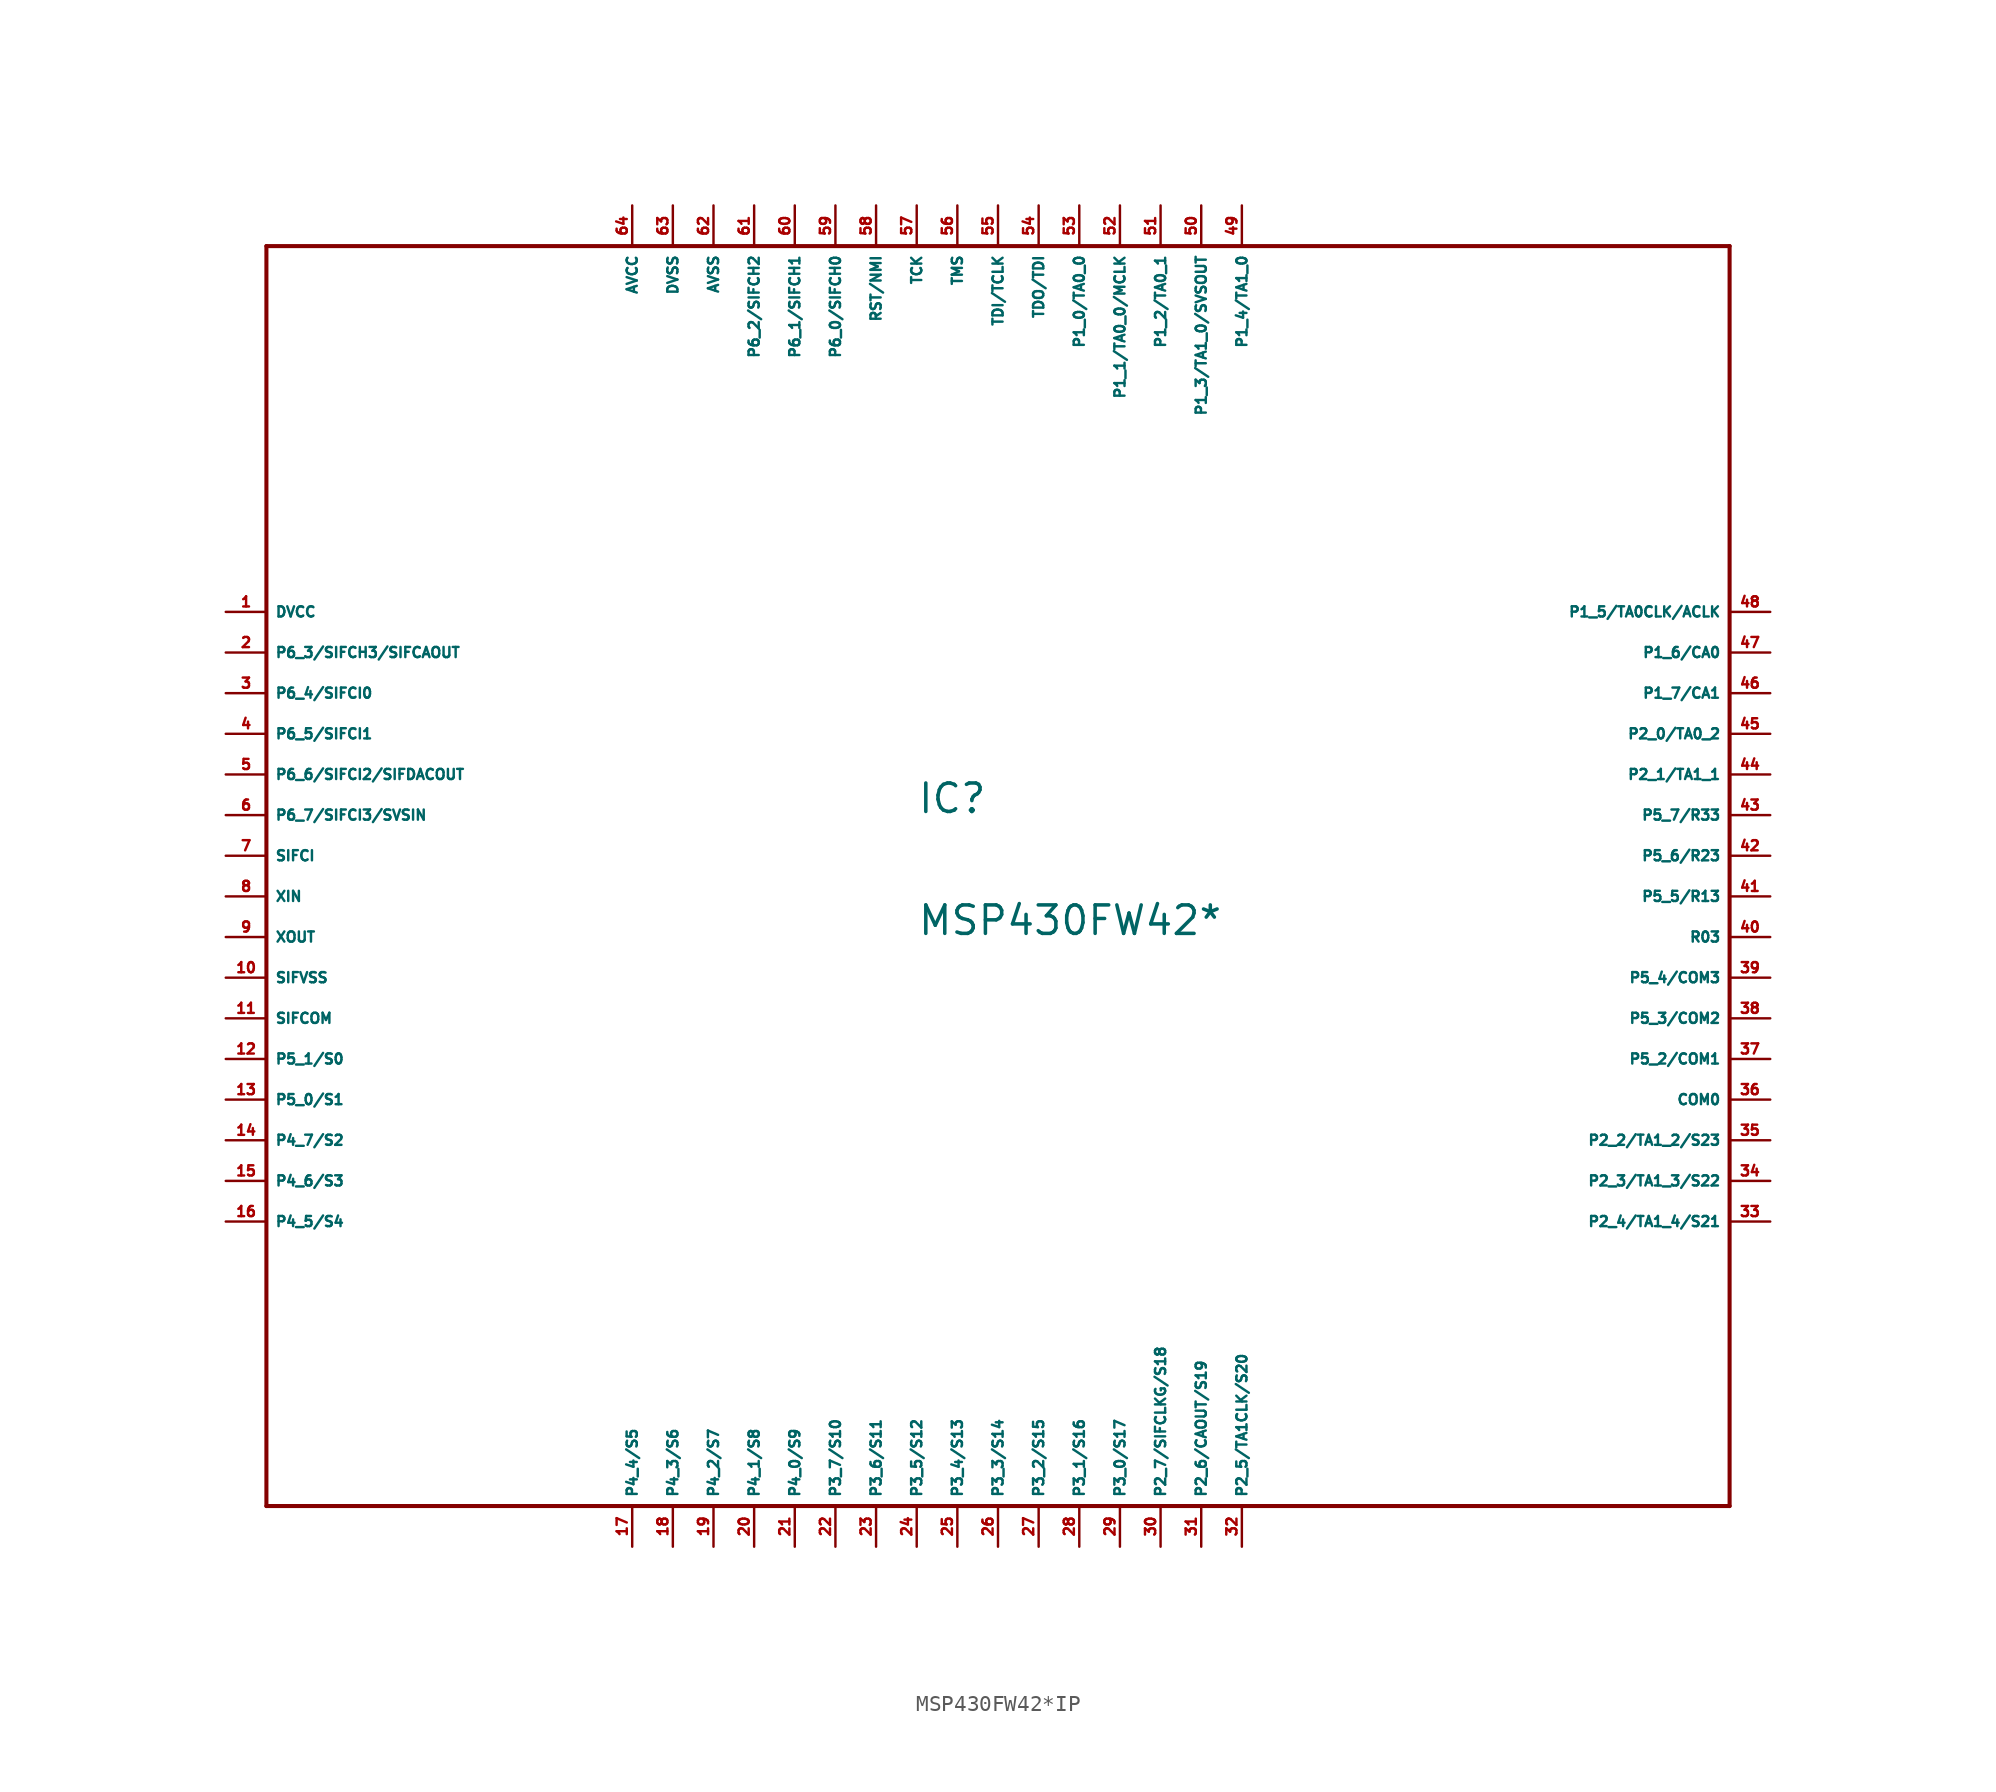
<source format=kicad_sym>
(kicad_symbol_lib
  (version 20220914)
  (generator Eagle2Kicad)
  (symbol "MSP430FW42*IP"
    (property "Reference" "IC"
      (at -5.08 2.54 0)
      (effects (font (size 1.778 1.778) (thickness 0.22)) (justify left bottom)))
    (property "Value" "MSP430FW42*"
      (at -5.08 -5.08 0)
      (effects (font (size 1.778 1.778) (thickness 0.22)) (justify left bottom)))
    (polyline
      (pts (xy -45.72 -40.64) (xy 45.72 -40.64))
      (stroke (width 0.254) (type default))
      (fill (type none)))
    (polyline
      (pts (xy 45.72 -40.64) (xy 45.72 38.1))
      (stroke (width 0.254) (type default))
      (fill (type none)))
    (polyline
      (pts (xy 45.72 38.1) (xy -45.72 38.1))
      (stroke (width 0.254) (type default))
      (fill (type none)))
    (polyline
      (pts (xy -45.72 38.1) (xy -45.72 -40.64))
      (stroke (width 0.254) (type default))
      (fill (type none)))
    (pin unspecified line
      (at -48.26 15.24 0)
      (length 2.54)
      (name "DVCC" (effects (font (size 0.635 0.635) (thickness 0.08)) (justify left bottom)))
      (number "1" (effects (font (size 0.635 0.635) (thickness 0.08)) (justify left bottom))))
    (pin bidirectional line
      (at -48.26 12.7 0)
      (length 2.54)
      (name "P6_3/SIFCH3/SIFCAOUT" (effects (font (size 0.635 0.635) (thickness 0.08)) (justify left bottom)))
      (number "2" (effects (font (size 0.635 0.635) (thickness 0.08)) (justify left bottom))))
    (pin bidirectional line
      (at -48.26 10.16 0)
      (length 2.54)
      (name "P6_4/SIFCI0" (effects (font (size 0.635 0.635) (thickness 0.08)) (justify left bottom)))
      (number "3" (effects (font (size 0.635 0.635) (thickness 0.08)) (justify left bottom))))
    (pin bidirectional line
      (at -48.26 7.62 0)
      (length 2.54)
      (name "P6_5/SIFCI1" (effects (font (size 0.635 0.635) (thickness 0.08)) (justify left bottom)))
      (number "4" (effects (font (size 0.635 0.635) (thickness 0.08)) (justify left bottom))))
    (pin bidirectional line
      (at -48.26 5.08 0)
      (length 2.54)
      (name "P6_6/SIFCI2/SIFDACOUT" (effects (font (size 0.635 0.635) (thickness 0.08)) (justify left bottom)))
      (number "5" (effects (font (size 0.635 0.635) (thickness 0.08)) (justify left bottom))))
    (pin bidirectional line
      (at -48.26 2.54 0)
      (length 2.54)
      (name "P6_7/SIFCI3/SVSIN" (effects (font (size 0.635 0.635) (thickness 0.08)) (justify left bottom)))
      (number "6" (effects (font (size 0.635 0.635) (thickness 0.08)) (justify left bottom))))
    (pin input line
      (at -48.26 0 0)
      (length 2.54)
      (name "SIFCI" (effects (font (size 0.635 0.635) (thickness 0.08)) (justify left bottom)))
      (number "7" (effects (font (size 0.635 0.635) (thickness 0.08)) (justify left bottom))))
    (pin input line
      (at -48.26 -2.54 0)
      (length 2.54)
      (name "XIN" (effects (font (size 0.635 0.635) (thickness 0.08)) (justify left bottom)))
      (number "8" (effects (font (size 0.635 0.635) (thickness 0.08)) (justify left bottom))))
    (pin output line
      (at -48.26 -5.08 0)
      (length 2.54)
      (name "XOUT" (effects (font (size 0.635 0.635) (thickness 0.08)) (justify left bottom)))
      (number "9" (effects (font (size 0.635 0.635) (thickness 0.08)) (justify left bottom))))
    (pin passive line
      (at -48.26 -7.62 0)
      (length 2.54)
      (name "SIFVSS" (effects (font (size 0.635 0.635) (thickness 0.08)) (justify left bottom)))
      (number "10" (effects (font (size 0.635 0.635) (thickness 0.08)) (justify left bottom))))
    (pin output line
      (at -48.26 -10.16 0)
      (length 2.54)
      (name "SIFCOM" (effects (font (size 0.635 0.635) (thickness 0.08)) (justify left bottom)))
      (number "11" (effects (font (size 0.635 0.635) (thickness 0.08)) (justify left bottom))))
    (pin bidirectional line
      (at -48.26 -12.7 0)
      (length 2.54)
      (name "P5_1/S0" (effects (font (size 0.635 0.635) (thickness 0.08)) (justify left bottom)))
      (number "12" (effects (font (size 0.635 0.635) (thickness 0.08)) (justify left bottom))))
    (pin bidirectional line
      (at -48.26 -15.24 0)
      (length 2.54)
      (name "P5_0/S1" (effects (font (size 0.635 0.635) (thickness 0.08)) (justify left bottom)))
      (number "13" (effects (font (size 0.635 0.635) (thickness 0.08)) (justify left bottom))))
    (pin bidirectional line
      (at -48.26 -17.78 0)
      (length 2.54)
      (name "P4_7/S2" (effects (font (size 0.635 0.635) (thickness 0.08)) (justify left bottom)))
      (number "14" (effects (font (size 0.635 0.635) (thickness 0.08)) (justify left bottom))))
    (pin bidirectional line
      (at -48.26 -20.32 0)
      (length 2.54)
      (name "P4_6/S3" (effects (font (size 0.635 0.635) (thickness 0.08)) (justify left bottom)))
      (number "15" (effects (font (size 0.635 0.635) (thickness 0.08)) (justify left bottom))))
    (pin bidirectional line
      (at -48.26 -22.86 0)
      (length 2.54)
      (name "P4_5/S4" (effects (font (size 0.635 0.635) (thickness 0.08)) (justify left bottom)))
      (number "16" (effects (font (size 0.635 0.635) (thickness 0.08)) (justify left bottom))))
    (pin bidirectional line
      (at -22.86 -43.18 90)
      (length 2.54)
      (name "P4_4/S5" (effects (font (size 0.635 0.635) (thickness 0.08)) (justify left bottom)))
      (number "17" (effects (font (size 0.635 0.635) (thickness 0.08)) (justify left bottom))))
    (pin bidirectional line
      (at -20.32 -43.18 90)
      (length 2.54)
      (name "P4_3/S6" (effects (font (size 0.635 0.635) (thickness 0.08)) (justify left bottom)))
      (number "18" (effects (font (size 0.635 0.635) (thickness 0.08)) (justify left bottom))))
    (pin bidirectional line
      (at -17.78 -43.18 90)
      (length 2.54)
      (name "P4_2/S7" (effects (font (size 0.635 0.635) (thickness 0.08)) (justify left bottom)))
      (number "19" (effects (font (size 0.635 0.635) (thickness 0.08)) (justify left bottom))))
    (pin bidirectional line
      (at -15.24 -43.18 90)
      (length 2.54)
      (name "P4_1/S8" (effects (font (size 0.635 0.635) (thickness 0.08)) (justify left bottom)))
      (number "20" (effects (font (size 0.635 0.635) (thickness 0.08)) (justify left bottom))))
    (pin bidirectional line
      (at -12.7 -43.18 90)
      (length 2.54)
      (name "P4_0/S9" (effects (font (size 0.635 0.635) (thickness 0.08)) (justify left bottom)))
      (number "21" (effects (font (size 0.635 0.635) (thickness 0.08)) (justify left bottom))))
    (pin bidirectional line
      (at -10.16 -43.18 90)
      (length 2.54)
      (name "P3_7/S10" (effects (font (size 0.635 0.635) (thickness 0.08)) (justify left bottom)))
      (number "22" (effects (font (size 0.635 0.635) (thickness 0.08)) (justify left bottom))))
    (pin bidirectional line
      (at -7.62 -43.18 90)
      (length 2.54)
      (name "P3_6/S11" (effects (font (size 0.635 0.635) (thickness 0.08)) (justify left bottom)))
      (number "23" (effects (font (size 0.635 0.635) (thickness 0.08)) (justify left bottom))))
    (pin bidirectional line
      (at -5.08 -43.18 90)
      (length 2.54)
      (name "P3_5/S12" (effects (font (size 0.635 0.635) (thickness 0.08)) (justify left bottom)))
      (number "24" (effects (font (size 0.635 0.635) (thickness 0.08)) (justify left bottom))))
    (pin bidirectional line
      (at -2.54 -43.18 90)
      (length 2.54)
      (name "P3_4/S13" (effects (font (size 0.635 0.635) (thickness 0.08)) (justify left bottom)))
      (number "25" (effects (font (size 0.635 0.635) (thickness 0.08)) (justify left bottom))))
    (pin bidirectional line
      (at 0 -43.18 90)
      (length 2.54)
      (name "P3_3/S14" (effects (font (size 0.635 0.635) (thickness 0.08)) (justify left bottom)))
      (number "26" (effects (font (size 0.635 0.635) (thickness 0.08)) (justify left bottom))))
    (pin bidirectional line
      (at 2.54 -43.18 90)
      (length 2.54)
      (name "P3_2/S15" (effects (font (size 0.635 0.635) (thickness 0.08)) (justify left bottom)))
      (number "27" (effects (font (size 0.635 0.635) (thickness 0.08)) (justify left bottom))))
    (pin bidirectional line
      (at 5.08 -43.18 90)
      (length 2.54)
      (name "P3_1/S16" (effects (font (size 0.635 0.635) (thickness 0.08)) (justify left bottom)))
      (number "28" (effects (font (size 0.635 0.635) (thickness 0.08)) (justify left bottom))))
    (pin bidirectional line
      (at 7.62 -43.18 90)
      (length 2.54)
      (name "P3_0/S17" (effects (font (size 0.635 0.635) (thickness 0.08)) (justify left bottom)))
      (number "29" (effects (font (size 0.635 0.635) (thickness 0.08)) (justify left bottom))))
    (pin bidirectional line
      (at 10.16 -43.18 90)
      (length 2.54)
      (name "P2_7/SIFCLKG/S18" (effects (font (size 0.635 0.635) (thickness 0.08)) (justify left bottom)))
      (number "30" (effects (font (size 0.635 0.635) (thickness 0.08)) (justify left bottom))))
    (pin bidirectional line
      (at 12.7 -43.18 90)
      (length 2.54)
      (name "P2_6/CAOUT/S19" (effects (font (size 0.635 0.635) (thickness 0.08)) (justify left bottom)))
      (number "31" (effects (font (size 0.635 0.635) (thickness 0.08)) (justify left bottom))))
    (pin bidirectional line
      (at 15.24 -43.18 90)
      (length 2.54)
      (name "P2_5/TA1CLK/S20" (effects (font (size 0.635 0.635) (thickness 0.08)) (justify left bottom)))
      (number "32" (effects (font (size 0.635 0.635) (thickness 0.08)) (justify left bottom))))
    (pin bidirectional line
      (at 48.26 -22.86 180)
      (length 2.54)
      (name "P2_4/TA1_4/S21" (effects (font (size 0.635 0.635) (thickness 0.08)) (justify left bottom)))
      (number "33" (effects (font (size 0.635 0.635) (thickness 0.08)) (justify left bottom))))
    (pin bidirectional line
      (at 48.26 -20.32 180)
      (length 2.54)
      (name "P2_3/TA1_3/S22" (effects (font (size 0.635 0.635) (thickness 0.08)) (justify left bottom)))
      (number "34" (effects (font (size 0.635 0.635) (thickness 0.08)) (justify left bottom))))
    (pin bidirectional line
      (at 48.26 -17.78 180)
      (length 2.54)
      (name "P2_2/TA1_2/S23" (effects (font (size 0.635 0.635) (thickness 0.08)) (justify left bottom)))
      (number "35" (effects (font (size 0.635 0.635) (thickness 0.08)) (justify left bottom))))
    (pin output line
      (at 48.26 -15.24 180)
      (length 2.54)
      (name "COM0" (effects (font (size 0.635 0.635) (thickness 0.08)) (justify left bottom)))
      (number "36" (effects (font (size 0.635 0.635) (thickness 0.08)) (justify left bottom))))
    (pin bidirectional line
      (at 48.26 -12.7 180)
      (length 2.54)
      (name "P5_2/COM1" (effects (font (size 0.635 0.635) (thickness 0.08)) (justify left bottom)))
      (number "37" (effects (font (size 0.635 0.635) (thickness 0.08)) (justify left bottom))))
    (pin bidirectional line
      (at 48.26 -10.16 180)
      (length 2.54)
      (name "P5_3/COM2" (effects (font (size 0.635 0.635) (thickness 0.08)) (justify left bottom)))
      (number "38" (effects (font (size 0.635 0.635) (thickness 0.08)) (justify left bottom))))
    (pin bidirectional line
      (at 48.26 -7.62 180)
      (length 2.54)
      (name "P5_4/COM3" (effects (font (size 0.635 0.635) (thickness 0.08)) (justify left bottom)))
      (number "39" (effects (font (size 0.635 0.635) (thickness 0.08)) (justify left bottom))))
    (pin input line
      (at 48.26 -5.08 180)
      (length 2.54)
      (name "R03" (effects (font (size 0.635 0.635) (thickness 0.08)) (justify left bottom)))
      (number "40" (effects (font (size 0.635 0.635) (thickness 0.08)) (justify left bottom))))
    (pin bidirectional line
      (at 48.26 -2.54 180)
      (length 2.54)
      (name "P5_5/R13" (effects (font (size 0.635 0.635) (thickness 0.08)) (justify left bottom)))
      (number "41" (effects (font (size 0.635 0.635) (thickness 0.08)) (justify left bottom))))
    (pin bidirectional line
      (at 48.26 0 180)
      (length 2.54)
      (name "P5_6/R23" (effects (font (size 0.635 0.635) (thickness 0.08)) (justify left bottom)))
      (number "42" (effects (font (size 0.635 0.635) (thickness 0.08)) (justify left bottom))))
    (pin bidirectional line
      (at 48.26 2.54 180)
      (length 2.54)
      (name "P5_7/R33" (effects (font (size 0.635 0.635) (thickness 0.08)) (justify left bottom)))
      (number "43" (effects (font (size 0.635 0.635) (thickness 0.08)) (justify left bottom))))
    (pin bidirectional line
      (at 48.26 5.08 180)
      (length 2.54)
      (name "P2_1/TA1_1" (effects (font (size 0.635 0.635) (thickness 0.08)) (justify left bottom)))
      (number "44" (effects (font (size 0.635 0.635) (thickness 0.08)) (justify left bottom))))
    (pin bidirectional line
      (at 48.26 7.62 180)
      (length 2.54)
      (name "P2_0/TA0_2" (effects (font (size 0.635 0.635) (thickness 0.08)) (justify left bottom)))
      (number "45" (effects (font (size 0.635 0.635) (thickness 0.08)) (justify left bottom))))
    (pin bidirectional line
      (at 48.26 10.16 180)
      (length 2.54)
      (name "P1_7/CA1" (effects (font (size 0.635 0.635) (thickness 0.08)) (justify left bottom)))
      (number "46" (effects (font (size 0.635 0.635) (thickness 0.08)) (justify left bottom))))
    (pin bidirectional line
      (at 48.26 12.7 180)
      (length 2.54)
      (name "P1_6/CA0" (effects (font (size 0.635 0.635) (thickness 0.08)) (justify left bottom)))
      (number "47" (effects (font (size 0.635 0.635) (thickness 0.08)) (justify left bottom))))
    (pin bidirectional line
      (at 48.26 15.24 180)
      (length 2.54)
      (name "P1_5/TA0CLK/ACLK" (effects (font (size 0.635 0.635) (thickness 0.08)) (justify left bottom)))
      (number "48" (effects (font (size 0.635 0.635) (thickness 0.08)) (justify left bottom))))
    (pin bidirectional line
      (at 15.24 40.64 270)
      (length 2.54)
      (name "P1_4/TA1_0" (effects (font (size 0.635 0.635) (thickness 0.08)) (justify left bottom)))
      (number "49" (effects (font (size 0.635 0.635) (thickness 0.08)) (justify left bottom))))
    (pin bidirectional line
      (at 12.7 40.64 270)
      (length 2.54)
      (name "P1_3/TA1_0/SVSOUT" (effects (font (size 0.635 0.635) (thickness 0.08)) (justify left bottom)))
      (number "50" (effects (font (size 0.635 0.635) (thickness 0.08)) (justify left bottom))))
    (pin bidirectional line
      (at 10.16 40.64 270)
      (length 2.54)
      (name "P1_2/TA0_1" (effects (font (size 0.635 0.635) (thickness 0.08)) (justify left bottom)))
      (number "51" (effects (font (size 0.635 0.635) (thickness 0.08)) (justify left bottom))))
    (pin bidirectional line
      (at 7.62 40.64 270)
      (length 2.54)
      (name "P1_1/TA0_0/MCLK" (effects (font (size 0.635 0.635) (thickness 0.08)) (justify left bottom)))
      (number "52" (effects (font (size 0.635 0.635) (thickness 0.08)) (justify left bottom))))
    (pin bidirectional line
      (at 5.08 40.64 270)
      (length 2.54)
      (name "P1_0/TA0_0" (effects (font (size 0.635 0.635) (thickness 0.08)) (justify left bottom)))
      (number "53" (effects (font (size 0.635 0.635) (thickness 0.08)) (justify left bottom))))
    (pin bidirectional line
      (at 2.54 40.64 270)
      (length 2.54)
      (name "TDO/TDI" (effects (font (size 0.635 0.635) (thickness 0.08)) (justify left bottom)))
      (number "54" (effects (font (size 0.635 0.635) (thickness 0.08)) (justify left bottom))))
    (pin input line
      (at 0 40.64 270)
      (length 2.54)
      (name "TDI/TCLK" (effects (font (size 0.635 0.635) (thickness 0.08)) (justify left bottom)))
      (number "55" (effects (font (size 0.635 0.635) (thickness 0.08)) (justify left bottom))))
    (pin input line
      (at -2.54 40.64 270)
      (length 2.54)
      (name "TMS" (effects (font (size 0.635 0.635) (thickness 0.08)) (justify left bottom)))
      (number "56" (effects (font (size 0.635 0.635) (thickness 0.08)) (justify left bottom))))
    (pin input line
      (at -5.08 40.64 270)
      (length 2.54)
      (name "TCK" (effects (font (size 0.635 0.635) (thickness 0.08)) (justify left bottom)))
      (number "57" (effects (font (size 0.635 0.635) (thickness 0.08)) (justify left bottom))))
    (pin input line
      (at -7.62 40.64 270)
      (length 2.54)
      (name "RST/NMI" (effects (font (size 0.635 0.635) (thickness 0.08)) (justify left bottom)))
      (number "58" (effects (font (size 0.635 0.635) (thickness 0.08)) (justify left bottom))))
    (pin bidirectional line
      (at -10.16 40.64 270)
      (length 2.54)
      (name "P6_0/SIFCH0" (effects (font (size 0.635 0.635) (thickness 0.08)) (justify left bottom)))
      (number "59" (effects (font (size 0.635 0.635) (thickness 0.08)) (justify left bottom))))
    (pin bidirectional line
      (at -12.7 40.64 270)
      (length 2.54)
      (name "P6_1/SIFCH1" (effects (font (size 0.635 0.635) (thickness 0.08)) (justify left bottom)))
      (number "60" (effects (font (size 0.635 0.635) (thickness 0.08)) (justify left bottom))))
    (pin bidirectional line
      (at -15.24 40.64 270)
      (length 2.54)
      (name "P6_2/SIFCH2" (effects (font (size 0.635 0.635) (thickness 0.08)) (justify left bottom)))
      (number "61" (effects (font (size 0.635 0.635) (thickness 0.08)) (justify left bottom))))
    (pin unspecified line
      (at -17.78 40.64 270)
      (length 2.54)
      (name "AVSS" (effects (font (size 0.635 0.635) (thickness 0.08)) (justify left bottom)))
      (number "62" (effects (font (size 0.635 0.635) (thickness 0.08)) (justify left bottom))))
    (pin unspecified line
      (at -20.32 40.64 270)
      (length 2.54)
      (name "DVSS" (effects (font (size 0.635 0.635) (thickness 0.08)) (justify left bottom)))
      (number "63" (effects (font (size 0.635 0.635) (thickness 0.08)) (justify left bottom))))
    (pin unspecified line
      (at -22.86 40.64 270)
      (length 2.54)
      (name "AVCC" (effects (font (size 0.635 0.635) (thickness 0.08)) (justify left bottom)))
      (number "64" (effects (font (size 0.635 0.635) (thickness 0.08)) (justify left bottom))))))
</source>
